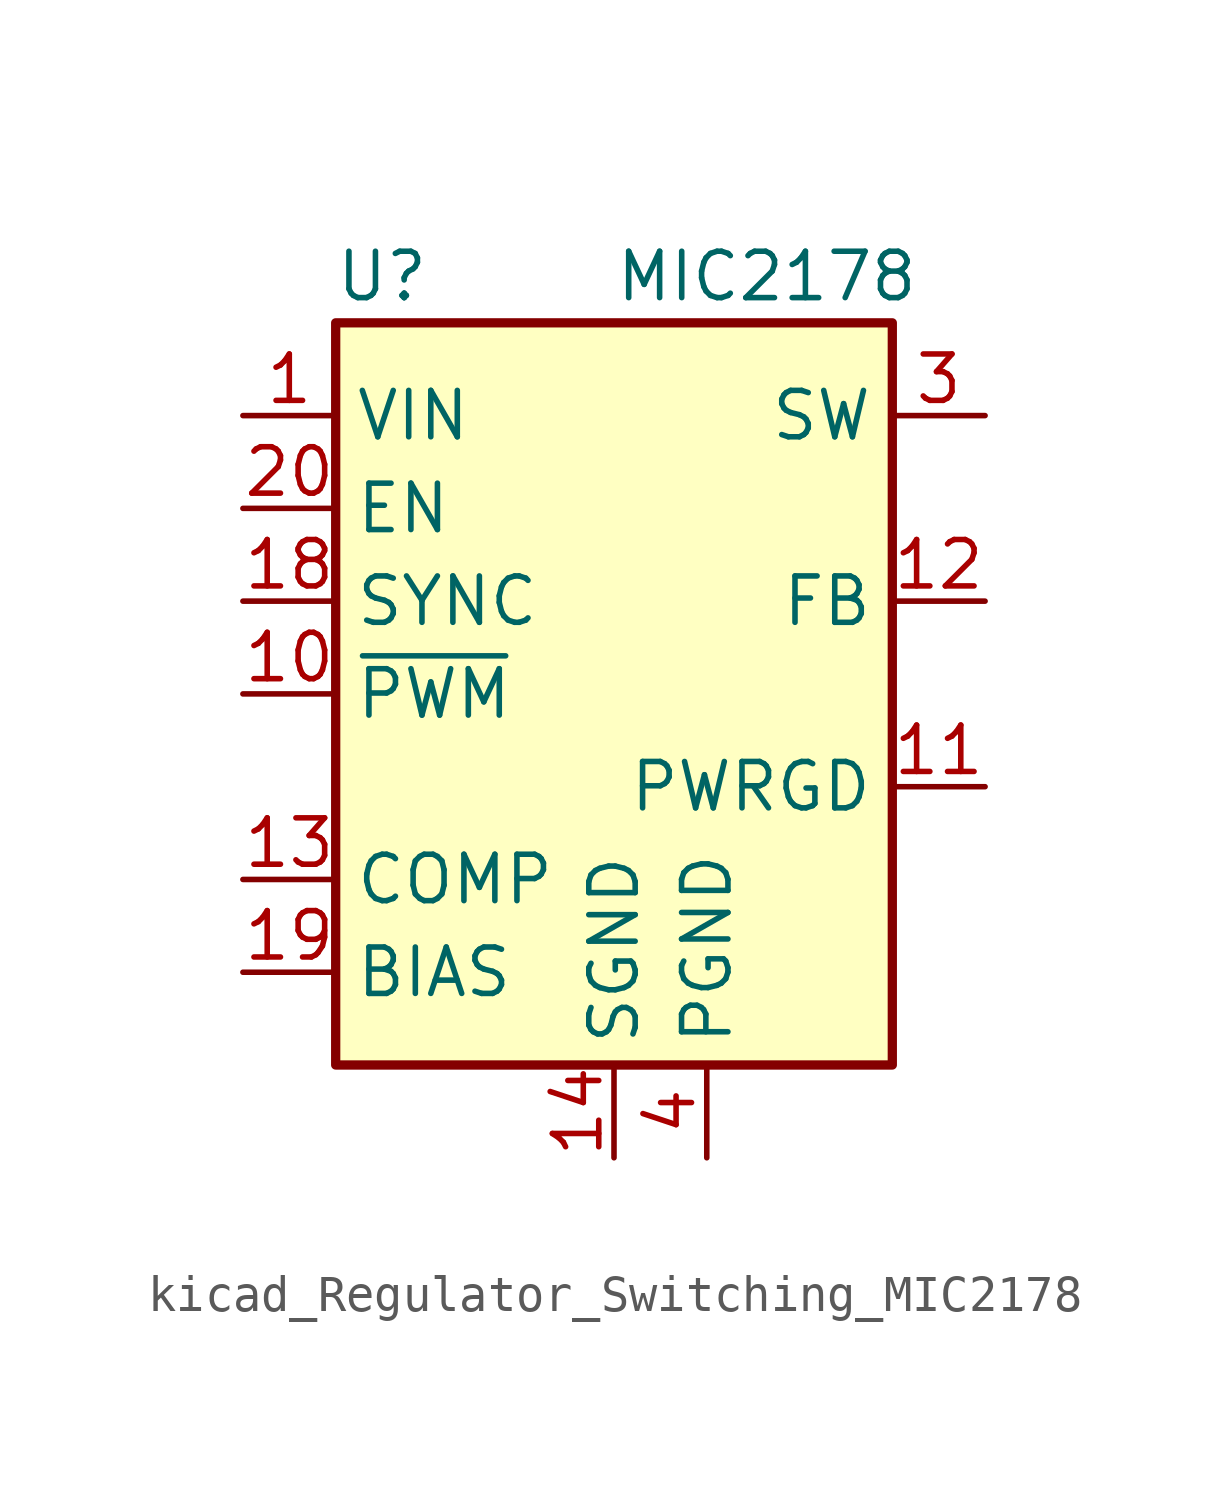
<source format=kicad_sym>
(kicad_symbol_lib
  (version 20220914)
  (generator kicad_symbol_editor)
  (symbol "kicad_Regulator_Switching_MIC2178"
    (property "Reference" "U"
      (at -6.35 13.97 0)
      (effects (font (size 1.27 1.27))))
    (property "Value" "MIC2178"
      (at 0 13.97 0)
      (effects (font (size 1.27 1.27)) (justify left)))
    (symbol "kicad_Regulator_Switching_MIC2178_0_1"
      (rectangle (start -7.62 12.7) (end 7.62 -7.62) (stroke (width 0.254) (type default)) (fill (type background))))
    (symbol "kicad_Regulator_Switching_MIC2178_1_1"
      (pin power_in line (at -10.16 10.16 0) (length 2.54) (name "VIN" (effects (font (size 1.27 1.27)))) (number "1" (effects (font (size 1.27 1.27)))))
      (pin input line (at -10.16 2.54 0) (length 2.54) (name "~{PWM}" (effects (font (size 1.27 1.27)))) (number "10" (effects (font (size 1.27 1.27)))))
      (pin output line (at 10.16 0 180) (length 2.54) (name "PWRGD" (effects (font (size 1.27 1.27)))) (number "11" (effects (font (size 1.27 1.27)))))
      (pin input line (at 10.16 5.08 180) (length 2.54) (name "FB" (effects (font (size 1.27 1.27)))) (number "12" (effects (font (size 1.27 1.27)))))
      (pin input line (at -10.16 -2.54 0) (length 2.54) (name "COMP" (effects (font (size 1.27 1.27)))) (number "13" (effects (font (size 1.27 1.27)))))
      (pin power_in line (at 0 -10.16 90) (length 2.54) (name "SGND" (effects (font (size 1.27 1.27)))) (number "14" (effects (font (size 1.27 1.27)))))
      (pin passive line (at 0 -10.16 90) (length 2.54) hide (name "SGND" (effects (font (size 1.27 1.27)))) (number "15" (effects (font (size 1.27 1.27)))))
      (pin passive line (at 0 -10.16 90) (length 2.54) hide (name "SGND" (effects (font (size 1.27 1.27)))) (number "16" (effects (font (size 1.27 1.27)))))
      (pin passive line (at 0 -10.16 90) (length 2.54) hide (name "SGND" (effects (font (size 1.27 1.27)))) (number "17" (effects (font (size 1.27 1.27)))))
      (pin input line (at -10.16 5.08 0) (length 2.54) (name "SYNC" (effects (font (size 1.27 1.27)))) (number "18" (effects (font (size 1.27 1.27)))))
      (pin input line (at -10.16 -5.08 0) (length 2.54) (name "BIAS" (effects (font (size 1.27 1.27)))) (number "19" (effects (font (size 1.27 1.27)))))
      (pin passive line (at -10.16 10.16 0) (length 2.54) hide (name "VIN" (effects (font (size 1.27 1.27)))) (number "2" (effects (font (size 1.27 1.27)))))
      (pin input line (at -10.16 7.62 0) (length 2.54) (name "EN" (effects (font (size 1.27 1.27)))) (number "20" (effects (font (size 1.27 1.27)))))
      (pin output line (at 10.16 10.16 180) (length 2.54) (name "SW" (effects (font (size 1.27 1.27)))) (number "3" (effects (font (size 1.27 1.27)))))
      (pin power_in line (at 2.54 -10.16 90) (length 2.54) (name "PGND" (effects (font (size 1.27 1.27)))) (number "4" (effects (font (size 1.27 1.27)))))
      (pin passive line (at 2.54 -10.16 90) (length 2.54) hide (name "PGND" (effects (font (size 1.27 1.27)))) (number "5" (effects (font (size 1.27 1.27)))))
      (pin passive line (at 2.54 -10.16 90) (length 2.54) hide (name "PGND" (effects (font (size 1.27 1.27)))) (number "6" (effects (font (size 1.27 1.27)))))
      (pin passive line (at 2.54 -10.16 90) (length 2.54) hide (name "PGND" (effects (font (size 1.27 1.27)))) (number "7" (effects (font (size 1.27 1.27)))))
      (pin passive line (at 10.16 10.16 180) (length 2.54) hide (name "SW" (effects (font (size 1.27 1.27)))) (number "8" (effects (font (size 1.27 1.27)))))
      (pin passive line (at -10.16 10.16 0) (length 2.54) hide (name "VIN" (effects (font (size 1.27 1.27)))) (number "9" (effects (font (size 1.27 1.27))))))))
</source>
